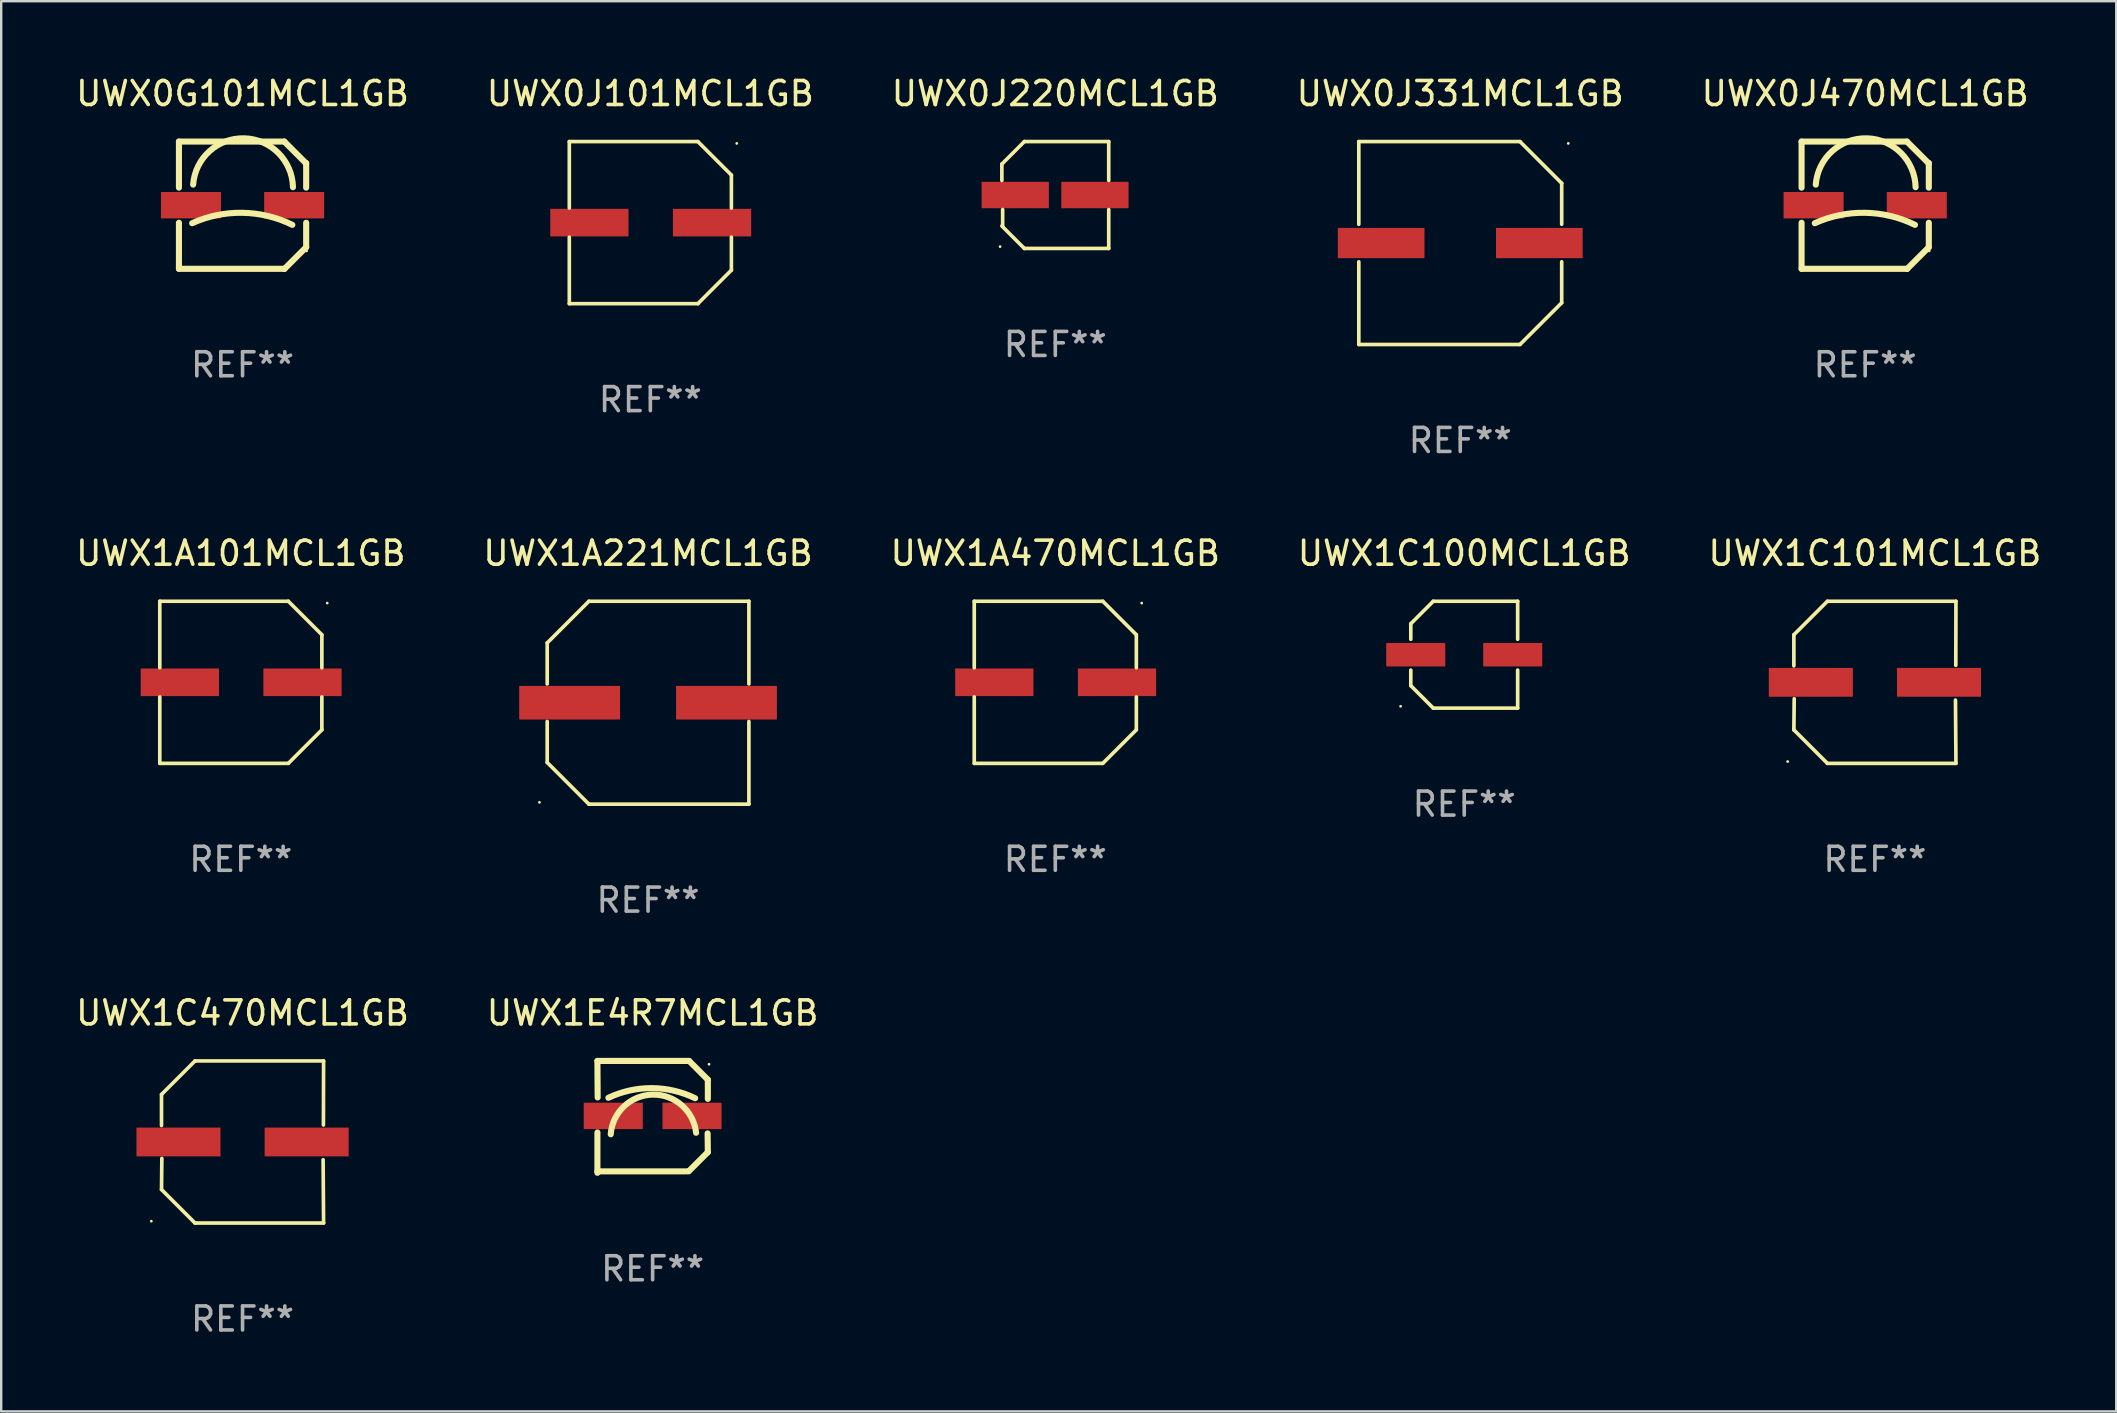
<source format=kicad_pcb>
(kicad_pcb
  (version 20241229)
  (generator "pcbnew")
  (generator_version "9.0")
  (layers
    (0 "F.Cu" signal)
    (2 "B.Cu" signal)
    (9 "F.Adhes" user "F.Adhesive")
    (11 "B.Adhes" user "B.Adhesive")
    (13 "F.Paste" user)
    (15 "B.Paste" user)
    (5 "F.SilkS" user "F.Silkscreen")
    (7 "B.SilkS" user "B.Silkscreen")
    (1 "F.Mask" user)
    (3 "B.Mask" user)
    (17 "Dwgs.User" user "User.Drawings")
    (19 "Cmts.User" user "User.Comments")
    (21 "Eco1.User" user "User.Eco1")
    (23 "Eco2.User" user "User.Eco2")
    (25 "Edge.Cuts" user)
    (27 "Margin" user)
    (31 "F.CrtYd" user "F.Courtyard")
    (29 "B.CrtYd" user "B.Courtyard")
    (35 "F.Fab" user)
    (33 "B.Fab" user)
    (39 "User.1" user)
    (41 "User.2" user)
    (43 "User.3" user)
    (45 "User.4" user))
  (footprint "UWX1C101MCL1GB"
    (layer "F.Cu")
    (at 75.054 25.373)
    (property "Reference" "UWX1C101MCL1GB" (at 0 -5.376 0) (layer "F.SilkS") (effects (font (size 1 1) (thickness 0.15))))
    (attr through_hole)
    (fp_line (start -3.376 -1.98) (end -3.376 -0.686) (stroke (width 0.152) (type solid)) (layer "F.SilkS"))
    (fp_line (start -3.376 1.981) (end -3.362 0.686) (stroke (width 0.152) (type solid)) (layer "F.SilkS"))
    (fp_line (start -1.981 3.376) (end -3.376 1.981) (stroke (width 0.152) (type solid)) (layer "F.SilkS"))
    (fp_line (start -1.98 -3.376) (end -3.376 -1.98) (stroke (width 0.152) (type solid)) (layer "F.SilkS"))
    (fp_line (start 3.356 0.74) (end 3.376 3.376) (stroke (width 0.152) (type solid)) (layer "F.SilkS"))
    (fp_line (start 3.369 -0.707) (end 3.376 -3.376) (stroke (width 0.152) (type solid)) (layer "F.SilkS"))
    (fp_line (start 3.376 3.376) (end -1.981 3.376) (stroke (width 0.152) (type solid)) (layer "F.SilkS"))
    (fp_line (start 3.376 -3.376) (end -1.98 -3.376) (stroke (width 0.152) (type solid)) (layer "F.SilkS"))
    (fp_circle (center -3.634 3.3) (end -3.604 3.3) (stroke (width 0.06) (type solid)) (fill no) (layer "F.SilkS"))
    (fp_text user "REF**" (at 0 7.376 0) (layer "F.Fab") (effects (font (size 1 1) (thickness 0.15))))
    (pad "1" smd rect (at -2.67 0.000254) (size 3.5 1.2) (layers "F.Cu" "F.Mask" "F.Paste"))
    (pad "2" smd rect (at 2.67 0.000254) (size 3.5 1.2) (layers "F.Cu" "F.Mask" "F.Paste")))
  (footprint "UWX1C100MCL1GB"
    (layer "F.Cu")
    (at 57.946 24.223)
    (property "Reference" "UWX1C100MCL1GB" (at 0 -4.226 0) (layer "F.SilkS") (effects (font (size 1 1) (thickness 0.15))))
    (attr through_hole)
    (fp_line (start -2.226 -1.29) (end -1.29 -2.226) (stroke (width 0.152) (type solid)) (layer "F.SilkS"))
    (fp_line (start -2.226 -0.642) (end -2.226 -1.29) (stroke (width 0.152) (type solid)) (layer "F.SilkS"))
    (fp_line (start -2.226 0.642) (end -2.226 1.29) (stroke (width 0.152) (type solid)) (layer "F.SilkS"))
    (fp_line (start -2.226 1.29) (end -1.29 2.226) (stroke (width 0.152) (type solid)) (layer "F.SilkS"))
    (fp_line (start -1.29 -2.226) (end 2.226 -2.226) (stroke (width 0.152) (type solid)) (layer "F.SilkS"))
    (fp_line (start -1.29 2.226) (end 2.226 2.226) (stroke (width 0.152) (type solid)) (layer "F.SilkS"))
    (fp_line (start 2.226 -2.226) (end 2.226 -0.642) (stroke (width 0.152) (type solid)) (layer "F.SilkS"))
    (fp_line (start 2.226 2.226) (end 2.226 0.642) (stroke (width 0.152) (type solid)) (layer "F.SilkS"))
    (fp_circle (center -2.65 2.15) (end -2.62 2.15) (stroke (width 0.06) (type solid)) (fill no) (layer "F.SilkS"))
    (fp_text user "REF**" (at 0 6.226 0) (layer "F.Fab") (effects (font (size 1 1) (thickness 0.15))))
    (pad "1" smd rect (at -2.02 -0.000013) (size 2.46 0.98) (layers "F.Cu" "F.Mask" "F.Paste"))
    (pad "2" smd rect (at 2.02 -0.000013) (size 2.46 0.98) (layers "F.Cu" "F.Mask" "F.Paste")))
  (footprint "UWX1E4R7MCL1GB"
    (layer "F.Cu")
    (at 24.137 43.476)
    (property "Reference" "UWX1E4R7MCL1GB" (at 0 -4.33 0) (layer "F.SilkS") (effects (font (size 1 1) (thickness 0.15))))
    (attr through_hole)
    (fp_line (start -2.3 -2.33) (end 1.52 -2.33) (stroke (width 0.254) (type solid)) (layer "F.SilkS"))
    (fp_line (start -2.3 2.27) (end 1.49 2.27) (stroke (width 0.254) (type solid)) (layer "F.SilkS"))
    (fp_line (start -2.3 2.33) (end -2.3 0.651) (stroke (width 0.254) (type solid)) (layer "F.SilkS"))
    (fp_line (start -2.29 -0.81) (end -2.3 -2.33) (stroke (width 0.254) (type solid)) (layer "F.SilkS"))
    (fp_line (start 2.3 -1.55) (end 1.52 -2.33) (stroke (width 0.254) (type solid)) (layer "F.SilkS"))
    (fp_line (start 2.3 1.47) (end 1.52 2.25) (stroke (width 0.254) (type solid)) (layer "F.SilkS"))
    (fp_line (start 2.3 1.47) (end 2.29 0.69) (stroke (width 0.254) (type solid)) (layer "F.SilkS"))
    (fp_line (start 2.3 -0.75) (end 2.3 -1.55) (stroke (width 0.254) (type solid)) (layer "F.SilkS"))
    (fp_arc (start -1.842151 -0.794552) (mid -0.033717 -1.197402) (end 1.770752 -0.777152) (stroke (width 0.254001) (type solid)) (layer "F.SilkS"))
    (fp_arc (start -1.745757 0.723659) (mid 0.004392 -0.926664) (end 1.810884 0.661786) (stroke (width 0.254001) (type solid)) (layer "F.SilkS"))
    (fp_circle (center 2.35 -2.191) (end 2.38 -2.191) (stroke (width 0.06) (type solid)) (fill no) (layer "F.SilkS"))
    (fp_text user "REF**" (at 0 6.33 0) (layer "F.Fab") (effects (font (size 1 1) (thickness 0.15))))
    (pad "1" smd rect (at 1.64 -0.04) (size 2.46 1.1) (layers "F.Cu" "F.Mask" "F.Paste"))
    (pad "2" smd rect (at -1.64 -0.04) (size 2.46 1.1) (layers "F.Cu" "F.Mask" "F.Paste")))
  (footprint "UWX1A221MCL1GB"
    (layer "F.Cu")
    (at 23.946 26.223)
    (property "Reference" "UWX1A221MCL1GB" (at 0 -6.226 0) (layer "F.SilkS") (effects (font (size 1 1) (thickness 0.15))))
    (attr through_hole)
    (fp_line (start -4.201 -2.49) (end -4.201 -0.782) (stroke (width 0.152) (type solid)) (layer "F.SilkS"))
    (fp_line (start -4.201 2.49) (end -4.201 0.782) (stroke (width 0.152) (type solid)) (layer "F.SilkS"))
    (fp_line (start -2.465 -4.226) (end -4.201 -2.49) (stroke (width 0.152) (type solid)) (layer "F.SilkS"))
    (fp_line (start -2.465 4.226) (end -4.201 2.49) (stroke (width 0.152) (type solid)) (layer "F.SilkS"))
    (fp_line (start 4.201 -4.226) (end -2.465 -4.226) (stroke (width 0.152) (type solid)) (layer "F.SilkS"))
    (fp_line (start 4.201 -0.782) (end 4.201 -4.226) (stroke (width 0.152) (type solid)) (layer "F.SilkS"))
    (fp_line (start 4.201 0.782) (end 4.201 4.226) (stroke (width 0.152) (type solid)) (layer "F.SilkS"))
    (fp_line (start 4.201 4.226) (end -2.465 4.226) (stroke (width 0.152) (type solid)) (layer "F.SilkS"))
    (fp_circle (center -4.524 4.15) (end -4.494 4.15) (stroke (width 0.06) (type solid)) (fill no) (layer "F.SilkS"))
    (fp_text user "REF**" (at 0 8.226 0) (layer "F.Fab") (effects (font (size 1 1) (thickness 0.15))))
    (pad "1" smd rect (at -3.267 0) (size 4.2 1.4) (layers "F.Cu" "F.Mask" "F.Paste"))
    (pad "2" smd rect (at 3.267 0) (size 4.2 1.4) (layers "F.Cu" "F.Mask" "F.Paste")))
  (footprint "UWX0J220MCL1GB"
    (layer "F.Cu")
    (at 40.911 5.074)
    (property "Reference" "UWX0J220MCL1GB" (at 0 -4.226 0) (layer "F.SilkS") (effects (font (size 1 1) (thickness 0.15))))
    (attr through_hole)
    (fp_line (start -2.226 -1.29) (end -2.226 -0.607) (stroke (width 0.152) (type solid)) (layer "F.SilkS"))
    (fp_line (start -2.193 1.29) (end -2.193 0.607) (stroke (width 0.152) (type solid)) (layer "F.SilkS"))
    (fp_line (start -1.29 2.226) (end -2.226 1.29) (stroke (width 0.152) (type solid)) (layer "F.SilkS"))
    (fp_line (start -1.29 -2.226) (end -2.226 -1.29) (stroke (width 0.152) (type solid)) (layer "F.SilkS"))
    (fp_line (start 2.226 -2.226) (end -1.29 -2.226) (stroke (width 0.152) (type solid)) (layer "F.SilkS"))
    (fp_line (start 2.226 -0.607) (end 2.226 -2.226) (stroke (width 0.152) (type solid)) (layer "F.SilkS"))
    (fp_line (start 2.226 0.607) (end 2.226 2.226) (stroke (width 0.152) (type solid)) (layer "F.SilkS"))
    (fp_line (start 2.226 2.226) (end -1.29 2.226) (stroke (width 0.152) (type solid)) (layer "F.SilkS"))
    (fp_circle (center -2.3 2.15) (end -2.27 2.15) (stroke (width 0.06) (type solid)) (fill no) (layer "F.SilkS"))
    (fp_text user "REF**" (at 0 6.226 0) (layer "F.Fab") (effects (font (size 1 1) (thickness 0.15))))
    (pad "1" smd rect (at -1.67 -0.000025) (size 2.8 1.1) (layers "F.Cu" "F.Mask" "F.Paste"))
    (pad "2" smd rect (at 1.651 -0.000025) (size 2.8 1.1) (layers "F.Cu" "F.Mask" "F.Paste")))
  (footprint "UWX1A101MCL1GB"
    (layer "F.Cu")
    (at 6.982 25.373)
    (property "Reference" "UWX1A101MCL1GB" (at 0 -5.376 0) (layer "F.SilkS") (effects (font (size 1 1) (thickness 0.15))))
    (attr through_hole)
    (fp_line (start -3.376 -3.376) (end 1.98 -3.376) (stroke (width 0.152) (type solid)) (layer "F.SilkS"))
    (fp_line (start -3.376 -0.607) (end -3.376 -3.376) (stroke (width 0.152) (type solid)) (layer "F.SilkS"))
    (fp_line (start -3.376 0.607) (end -3.376 3.376) (stroke (width 0.152) (type solid)) (layer "F.SilkS"))
    (fp_line (start -3.376 3.376) (end 1.98 3.376) (stroke (width 0.152) (type solid)) (layer "F.SilkS"))
    (fp_line (start 1.98 -3.376) (end 3.376 -1.98) (stroke (width 0.152) (type solid)) (layer "F.SilkS"))
    (fp_line (start 1.98 3.376) (end 3.376 1.98) (stroke (width 0.152) (type solid)) (layer "F.SilkS"))
    (fp_line (start 3.376 -1.98) (end 3.376 -0.607) (stroke (width 0.152) (type solid)) (layer "F.SilkS"))
    (fp_line (start 3.376 1.98) (end 3.376 0.607) (stroke (width 0.152) (type solid)) (layer "F.SilkS"))
    (fp_circle (center 3.6 -3.3) (end 3.63 -3.3) (stroke (width 0.06) (type solid)) (fill no) (layer "F.SilkS"))
    (fp_text user "REF**" (at 0 7.376 0) (layer "F.Fab") (effects (font (size 1 1) (thickness 0.15))))
    (pad "1" smd rect (at 2.57 0 180) (size 3.26 1.15) (layers "F.Cu" "F.Mask" "F.Paste"))
    (pad "2" smd rect (at -2.54 0 180) (size 3.26 1.15) (layers "F.Cu" "F.Mask" "F.Paste")))
  (footprint "UWX0J470MCL1GB"
    (layer "F.Cu")
    (at 74.649 5.498)
    (property "Reference" "UWX0J470MCL1GB" (at 0 -4.65 0) (layer "F.SilkS") (effects (font (size 1 1) (thickness 0.15))))
    (attr through_hole)
    (fp_line (start -2.65 -2.65) (end 1.74 -2.65) (stroke (width 0.254) (type solid)) (layer "F.SilkS"))
    (fp_line (start -2.65 -0.731) (end -2.65 -2.65) (stroke (width 0.254) (type solid)) (layer "F.SilkS"))
    (fp_line (start -2.65 2.65) (end -2.65 0.731) (stroke (width 0.254) (type solid)) (layer "F.SilkS"))
    (fp_line (start -2.65 2.65) (end 1.73 2.65) (stroke (width 0.254) (type solid)) (layer "F.SilkS"))
    (fp_line (start 1.73 2.65) (end 1.75 2.65) (stroke (width 0.254) (type solid)) (layer "F.SilkS"))
    (fp_line (start 1.75 2.65) (end 2.65 1.75) (stroke (width 0.254) (type solid)) (layer "F.SilkS"))
    (fp_line (start 2.64 -1.75) (end 1.74 -2.65) (stroke (width 0.254) (type solid)) (layer "F.SilkS"))
    (fp_line (start 2.65 -1.75) (end 2.64 -1.75) (stroke (width 0.254) (type solid)) (layer "F.SilkS"))
    (fp_line (start 2.65 -0.731) (end 2.65 -1.75) (stroke (width 0.254) (type solid)) (layer "F.SilkS"))
    (fp_line (start 2.65 1.75) (end 2.65 0.731) (stroke (width 0.254) (type solid)) (layer "F.SilkS"))
    (fp_arc (start -2.1 0.749886) (mid -0.005214 0.316693) (end 2.074168 0.818644) (stroke (width 0.254001) (type solid)) (layer "F.SilkS"))
    (fp_arc (start -2.058369 -0.857759) (mid 0.072137 -2.78601) (end 2.1 -0.750089) (stroke (width 0.254001) (type solid)) (layer "F.SilkS"))
    (fp_circle (center 2.667 1.905) (end 2.697 1.905) (stroke (width 0.06) (type solid)) (fill no) (layer "F.SilkS"))
    (fp_text user "REF**" (at 0 6.65 0) (layer "F.Fab") (effects (font (size 1 1) (thickness 0.15))))
    (pad "1" smd rect (at 2.15 0) (size 2.5 1.1) (layers "F.Cu" "F.Mask" "F.Paste"))
    (pad "2" smd rect (at -2.15 0) (size 2.5 1.1) (layers "F.Cu" "F.Mask" "F.Paste")))
  (footprint "UWX0J331MCL1GB"
    (layer "F.Cu")
    (at 57.78 7.074)
    (property "Reference" "UWX0J331MCL1GB" (at 0 -6.226 0) (layer "F.SilkS") (effects (font (size 1 1) (thickness 0.15))))
    (attr through_hole)
    (fp_line (start -4.226 -4.226) (end 2.49 -4.226) (stroke (width 0.152) (type solid)) (layer "F.SilkS"))
    (fp_line (start -4.226 -0.782) (end -4.226 -4.226) (stroke (width 0.152) (type solid)) (layer "F.SilkS"))
    (fp_line (start -4.226 0.782) (end -4.226 4.226) (stroke (width 0.152) (type solid)) (layer "F.SilkS"))
    (fp_line (start -4.226 4.226) (end 2.49 4.226) (stroke (width 0.152) (type solid)) (layer "F.SilkS"))
    (fp_line (start 2.49 -4.226) (end 4.226 -2.49) (stroke (width 0.152) (type solid)) (layer "F.SilkS"))
    (fp_line (start 2.49 4.226) (end 4.226 2.49) (stroke (width 0.152) (type solid)) (layer "F.SilkS"))
    (fp_line (start 4.226 -2.49) (end 4.226 -0.782) (stroke (width 0.152) (type solid)) (layer "F.SilkS"))
    (fp_line (start 4.226 2.49) (end 4.226 0.782) (stroke (width 0.152) (type solid)) (layer "F.SilkS"))
    (fp_circle (center 4.5 -4.15) (end 4.53 -4.15) (stroke (width 0.06) (type solid)) (fill no) (layer "F.SilkS"))
    (fp_text user "REF**" (at 0 8.226 0) (layer "F.Fab") (effects (font (size 1 1) (thickness 0.15))))
    (pad "1" smd rect (at 3.295 0 180) (size 3.61 1.26) (layers "F.Cu" "F.Mask" "F.Paste"))
    (pad "2" smd rect (at -3.295 0 180) (size 3.61 1.26) (layers "F.Cu" "F.Mask" "F.Paste")))
  (footprint "UWX1C470MCL1GB"
    (layer "F.Cu")
    (at 7.054 44.522)
    (property "Reference" "UWX1C470MCL1GB" (at 0 -5.376 0) (layer "F.SilkS") (effects (font (size 1 1) (thickness 0.15))))
    (attr through_hole)
    (fp_line (start -3.376 -1.98) (end -3.376 -0.686) (stroke (width 0.152) (type solid)) (layer "F.SilkS"))
    (fp_line (start -3.376 1.981) (end -3.362 0.686) (stroke (width 0.152) (type solid)) (layer "F.SilkS"))
    (fp_line (start -1.981 3.376) (end -3.376 1.981) (stroke (width 0.152) (type solid)) (layer "F.SilkS"))
    (fp_line (start -1.98 -3.376) (end -3.376 -1.98) (stroke (width 0.152) (type solid)) (layer "F.SilkS"))
    (fp_line (start 3.356 0.74) (end 3.376 3.376) (stroke (width 0.152) (type solid)) (layer "F.SilkS"))
    (fp_line (start 3.369 -0.707) (end 3.376 -3.376) (stroke (width 0.152) (type solid)) (layer "F.SilkS"))
    (fp_line (start 3.376 3.376) (end -1.981 3.376) (stroke (width 0.152) (type solid)) (layer "F.SilkS"))
    (fp_line (start 3.376 -3.376) (end -1.98 -3.376) (stroke (width 0.152) (type solid)) (layer "F.SilkS"))
    (fp_circle (center -3.8 3.3) (end -3.77 3.3) (stroke (width 0.06) (type solid)) (fill no) (layer "F.SilkS"))
    (fp_text user "REF**" (at 0 7.376 0) (layer "F.Fab") (effects (font (size 1 1) (thickness 0.15))))
    (pad "1" smd rect (at -2.67 0.000203) (size 3.5 1.2) (layers "F.Cu" "F.Mask" "F.Paste"))
    (pad "2" smd rect (at 2.67 0.000203) (size 3.5 1.2) (layers "F.Cu" "F.Mask" "F.Paste")))
  (footprint "UWX0G101MCL1GB"
    (layer "F.Cu")
    (at 7.054 5.498)
    (property "Reference" "UWX0G101MCL1GB" (at 0 -4.65 0) (layer "F.SilkS") (effects (font (size 1 1) (thickness 0.15))))
    (attr through_hole)
    (fp_line (start -2.65 -2.65) (end 1.74 -2.65) (stroke (width 0.254) (type solid)) (layer "F.SilkS"))
    (fp_line (start -2.65 -0.731) (end -2.65 -2.65) (stroke (width 0.254) (type solid)) (layer "F.SilkS"))
    (fp_line (start -2.65 2.65) (end -2.65 0.731) (stroke (width 0.254) (type solid)) (layer "F.SilkS"))
    (fp_line (start -2.65 2.65) (end 1.73 2.65) (stroke (width 0.254) (type solid)) (layer "F.SilkS"))
    (fp_line (start 1.73 2.65) (end 1.75 2.65) (stroke (width 0.254) (type solid)) (layer "F.SilkS"))
    (fp_line (start 1.75 2.65) (end 2.65 1.75) (stroke (width 0.254) (type solid)) (layer "F.SilkS"))
    (fp_line (start 2.64 -1.75) (end 1.74 -2.65) (stroke (width 0.254) (type solid)) (layer "F.SilkS"))
    (fp_line (start 2.65 -1.75) (end 2.64 -1.75) (stroke (width 0.254) (type solid)) (layer "F.SilkS"))
    (fp_line (start 2.65 -0.731) (end 2.65 -1.75) (stroke (width 0.254) (type solid)) (layer "F.SilkS"))
    (fp_line (start 2.65 1.75) (end 2.65 0.731) (stroke (width 0.254) (type solid)) (layer "F.SilkS"))
    (fp_arc (start -2.1 0.749886) (mid -0.005214 0.316693) (end 2.074168 0.818644) (stroke (width 0.254001) (type solid)) (layer "F.SilkS"))
    (fp_arc (start -2.058369 -0.857759) (mid 0.072137 -2.78601) (end 2.1 -0.750089) (stroke (width 0.254001) (type solid)) (layer "F.SilkS"))
    (fp_circle (center 2.667 1.905) (end 2.697 1.905) (stroke (width 0.06) (type solid)) (fill no) (layer "F.SilkS"))
    (fp_text user "REF**" (at 0 6.65 0) (layer "F.Fab") (effects (font (size 1 1) (thickness 0.15))))
    (pad "1" smd rect (at 2.15 0) (size 2.5 1.1) (layers "F.Cu" "F.Mask" "F.Paste"))
    (pad "2" smd rect (at -2.15 0) (size 2.5 1.1) (layers "F.Cu" "F.Mask" "F.Paste")))
  (footprint "UWX0J101MCL1GB"
    (layer "F.Cu")
    (at 24.042 6.224)
    (property "Reference" "UWX0J101MCL1GB" (at 0 -5.376 0) (layer "F.SilkS") (effects (font (size 1 1) (thickness 0.15))))
    (attr through_hole)
    (fp_line (start -3.376 -3.376) (end 1.98 -3.376) (stroke (width 0.152) (type solid)) (layer "F.SilkS"))
    (fp_line (start -3.376 -0.607) (end -3.376 -3.376) (stroke (width 0.152) (type solid)) (layer "F.SilkS"))
    (fp_line (start -3.376 0.607) (end -3.376 3.376) (stroke (width 0.152) (type solid)) (layer "F.SilkS"))
    (fp_line (start -3.376 3.376) (end 1.98 3.376) (stroke (width 0.152) (type solid)) (layer "F.SilkS"))
    (fp_line (start 1.98 -3.376) (end 3.376 -1.98) (stroke (width 0.152) (type solid)) (layer "F.SilkS"))
    (fp_line (start 1.98 3.376) (end 3.376 1.98) (stroke (width 0.152) (type solid)) (layer "F.SilkS"))
    (fp_line (start 3.376 -1.98) (end 3.376 -0.607) (stroke (width 0.152) (type solid)) (layer "F.SilkS"))
    (fp_line (start 3.376 1.98) (end 3.376 0.607) (stroke (width 0.152) (type solid)) (layer "F.SilkS"))
    (fp_circle (center 3.6 -3.3) (end 3.63 -3.3) (stroke (width 0.06) (type solid)) (fill no) (layer "F.SilkS"))
    (fp_text user "REF**" (at 0 7.376 0) (layer "F.Fab") (effects (font (size 1 1) (thickness 0.15))))
    (pad "1" smd rect (at 2.57 0 180) (size 3.26 1.15) (layers "F.Cu" "F.Mask" "F.Paste"))
    (pad "2" smd rect (at -2.54 0 180) (size 3.26 1.15) (layers "F.Cu" "F.Mask" "F.Paste")))
  (footprint "UWX1A470MCL1GB"
    (layer "F.Cu")
    (at 40.911 25.373)
    (property "Reference" "UWX1A470MCL1GB" (at 0 -5.376 0) (layer "F.SilkS") (effects (font (size 1 1) (thickness 0.15))))
    (attr through_hole)
    (fp_line (start -3.376 -3.376) (end 1.98 -3.376) (stroke (width 0.152) (type solid)) (layer "F.SilkS"))
    (fp_line (start -3.376 -0.607) (end -3.376 -3.376) (stroke (width 0.152) (type solid)) (layer "F.SilkS"))
    (fp_line (start -3.376 0.607) (end -3.376 3.376) (stroke (width 0.152) (type solid)) (layer "F.SilkS"))
    (fp_line (start -3.376 3.376) (end 1.98 3.376) (stroke (width 0.152) (type solid)) (layer "F.SilkS"))
    (fp_line (start 1.98 -3.376) (end 3.376 -1.98) (stroke (width 0.152) (type solid)) (layer "F.SilkS"))
    (fp_line (start 1.98 3.376) (end 3.376 1.98) (stroke (width 0.152) (type solid)) (layer "F.SilkS"))
    (fp_line (start 3.376 -1.98) (end 3.376 -0.607) (stroke (width 0.152) (type solid)) (layer "F.SilkS"))
    (fp_line (start 3.376 1.98) (end 3.376 0.607) (stroke (width 0.152) (type solid)) (layer "F.SilkS"))
    (fp_circle (center 3.6 -3.3) (end 3.63 -3.3) (stroke (width 0.06) (type solid)) (fill no) (layer "F.SilkS"))
    (fp_text user "REF**" (at 0 7.376 0) (layer "F.Fab") (effects (font (size 1 1) (thickness 0.15))))
    (pad "1" smd rect (at 2.57 0 180) (size 3.26 1.15) (layers "F.Cu" "F.Mask" "F.Paste"))
    (pad "2" smd rect (at -2.54 0 180) (size 3.26 1.15) (layers "F.Cu" "F.Mask" "F.Paste")))
  (gr_rect
    (start -3 -3)
    (end 85.107 55.746)
    (stroke (width 0.1) (type default))
    (fill no)
    (layer "Edge.Cuts")))
</source>
